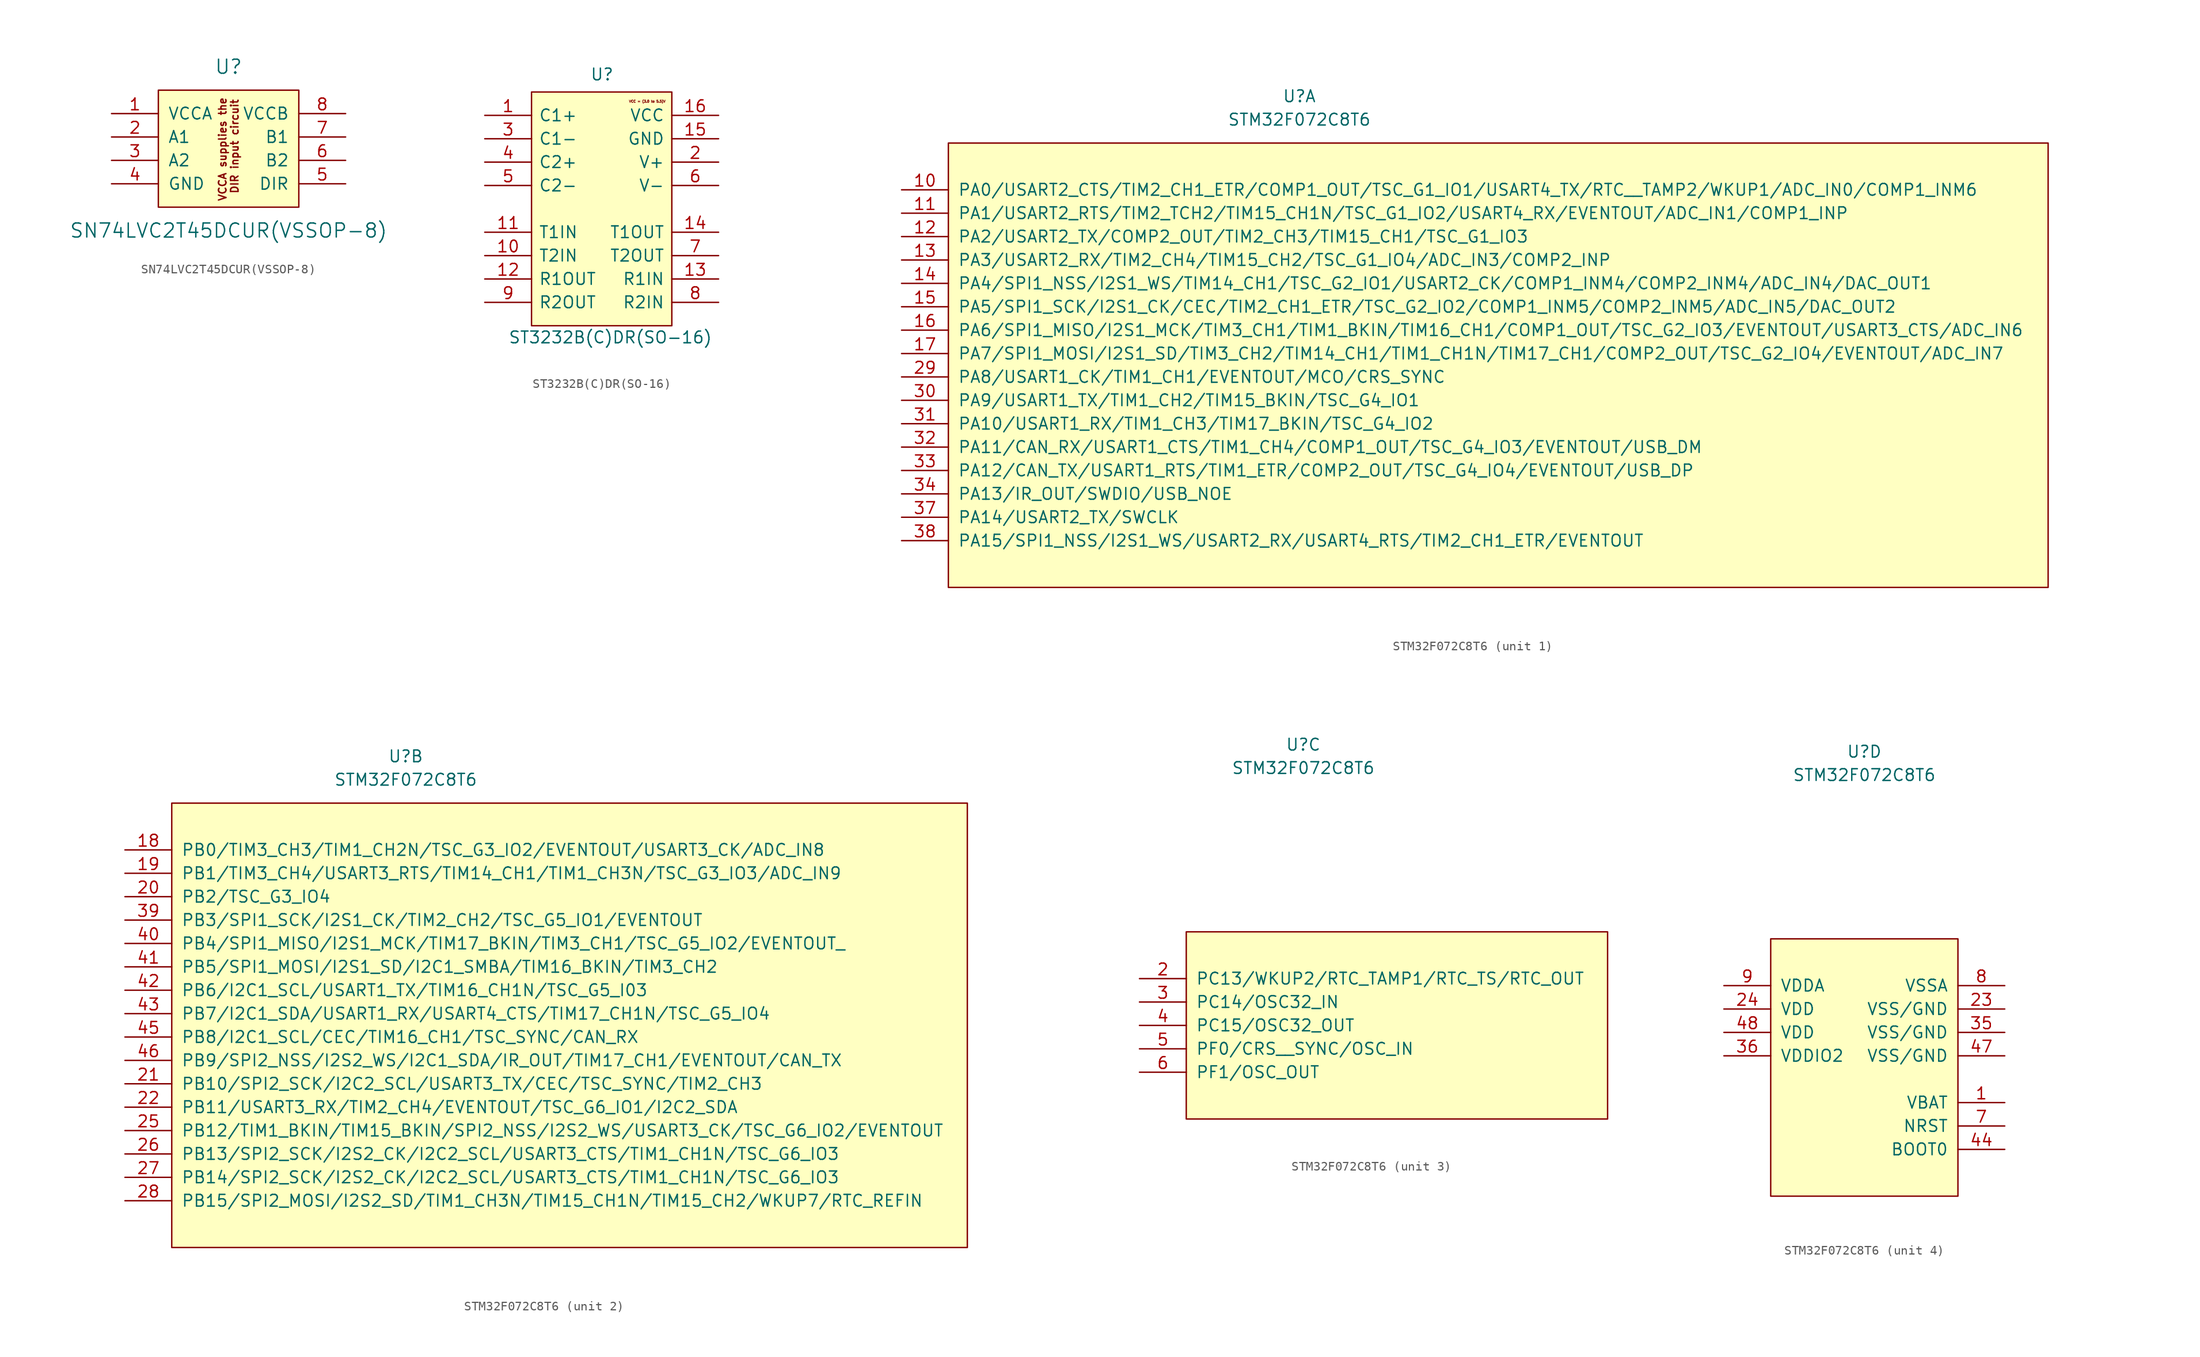
<source format=kicad_sym>
(kicad_symbol_lib
  (version 20220914)
  (generator kicad_symbol_editor)
  (symbol "SN74LVC2T45DCUR(VSSOP-8)"
    (pin_names
      (offset 1.016))
    (property "Reference" "U"
      (at 0 7.62 0)
      (effects (font (size 1.524 1.524))))
    (property "Value" "SN74LVC2T45DCUR(VSSOP-8)"
      (at 0 -10.16 0)
      (effects (font (size 1.524 1.524))))
    (symbol "SN74LVC2T45DCUR(VSSOP-8)_0_1"
      (rectangle (start -7.62 5.08) (end 7.62 -7.62) (stroke (width 0) (type solid)) (fill (type background))))
    (symbol "SN74LVC2T45DCUR(VSSOP-8)_1_1"
      (text "VCCA supplies the \nDIR input circuit" (at 0 -1.016 900) (effects (font (size 0.813 0.813))))
      (pin power_in line (at -12.7 2.54 0) (length 5.08) (name "VCCA" (effects (font (size 1.27 1.27)))) (number "1" (effects (font (size 1.27 1.27)))))
      (pin bidirectional line (at -12.7 0 0) (length 5.08) (name "A1" (effects (font (size 1.27 1.27)))) (number "2" (effects (font (size 1.27 1.27)))))
      (pin bidirectional line (at -12.7 -2.54 0) (length 5.08) (name "A2" (effects (font (size 1.27 1.27)))) (number "3" (effects (font (size 1.27 1.27)))))
      (pin power_in line (at -12.7 -5.08 0) (length 5.08) (name "GND" (effects (font (size 1.27 1.27)))) (number "4" (effects (font (size 1.27 1.27)))))
      (pin input line (at 12.7 -5.08 180) (length 5.08) (name "DIR" (effects (font (size 1.27 1.27)))) (number "5" (effects (font (size 1.27 1.27)))))
      (pin bidirectional line (at 12.7 -2.54 180) (length 5.08) (name "B2" (effects (font (size 1.27 1.27)))) (number "6" (effects (font (size 1.27 1.27)))))
      (pin bidirectional line (at 12.7 0 180) (length 5.08) (name "B1" (effects (font (size 1.27 1.27)))) (number "7" (effects (font (size 1.27 1.27)))))
      (pin power_in line (at 12.7 2.54 180) (length 5.08) (name "VCCB" (effects (font (size 1.27 1.27)))) (number "8" (effects (font (size 1.27 1.27)))))))
  (symbol "ST3232B(C)DR(SO-16)"
    (pin_names
      (offset 0.762))
    (property "Reference" "U"
      (at -1.27 14.605 0)
      (effects (font (size 1.27 1.27)) (justify left)))
    (property "Value" "ST3232B(C)DR(SO-16)"
      (at -10.16 -13.97 0)
      (effects (font (size 1.27 1.27)) (justify left)))
    (symbol "ST3232B(C)DR(SO-16)_0_0"
      (text "VCC = (3.0 to 5.5)V" (at 4.953 11.684 0) (effects (font (size 0.254 0.254))))
      (pin passive line (at -12.7 10.16 0) (length 5.08) (name "C1+" (effects (font (size 1.27 1.27)))) (number "1" (effects (font (size 1.27 1.27)))))
      (pin input line (at -12.7 -5.08 0) (length 5.08) (name "T2IN" (effects (font (size 1.27 1.27)))) (number "10" (effects (font (size 1.27 1.27)))))
      (pin input line (at -12.7 -2.54 0) (length 5.08) (name "T1IN" (effects (font (size 1.27 1.27)))) (number "11" (effects (font (size 1.27 1.27)))))
      (pin output line (at -12.7 -7.62 0) (length 5.08) (name "R1OUT" (effects (font (size 1.27 1.27)))) (number "12" (effects (font (size 1.27 1.27)))))
      (pin input line (at 12.7 -7.62 180) (length 5.08) (name "R1IN" (effects (font (size 1.27 1.27)))) (number "13" (effects (font (size 1.27 1.27)))))
      (pin output line (at 12.7 -2.54 180) (length 5.08) (name "T1OUT" (effects (font (size 1.27 1.27)))) (number "14" (effects (font (size 1.27 1.27)))))
      (pin power_in line (at 12.7 7.62 180) (length 5.08) (name "GND" (effects (font (size 1.27 1.27)))) (number "15" (effects (font (size 1.27 1.27)))))
      (pin power_in line (at 12.7 10.16 180) (length 5.08) (name "VCC" (effects (font (size 1.27 1.27)))) (number "16" (effects (font (size 1.27 1.27)))))
      (pin passive line (at 12.7 5.08 180) (length 5.08) (name "V+" (effects (font (size 1.27 1.27)))) (number "2" (effects (font (size 1.27 1.27)))))
      (pin passive line (at -12.7 7.62 0) (length 5.08) (name "C1-" (effects (font (size 1.27 1.27)))) (number "3" (effects (font (size 1.27 1.27)))))
      (pin passive line (at -12.7 5.08 0) (length 5.08) (name "C2+" (effects (font (size 1.27 1.27)))) (number "4" (effects (font (size 1.27 1.27)))))
      (pin passive line (at -12.7 2.54 0) (length 5.08) (name "C2-" (effects (font (size 1.27 1.27)))) (number "5" (effects (font (size 1.27 1.27)))))
      (pin passive line (at 12.7 2.54 180) (length 5.08) (name "V-" (effects (font (size 1.27 1.27)))) (number "6" (effects (font (size 1.27 1.27)))))
      (pin output line (at 12.7 -5.08 180) (length 5.08) (name "T2OUT" (effects (font (size 1.27 1.27)))) (number "7" (effects (font (size 1.27 1.27)))))
      (pin input line (at 12.7 -10.16 180) (length 5.08) (name "R2IN" (effects (font (size 1.27 1.27)))) (number "8" (effects (font (size 1.27 1.27)))))
      (pin output line (at -12.7 -10.16 0) (length 5.08) (name "R2OUT" (effects (font (size 1.27 1.27)))) (number "9" (effects (font (size 1.27 1.27))))))
    (symbol "ST3232B(C)DR(SO-16)_0_1"
      (polyline (pts (xy -7.62 12.7) (xy 2.54 12.7) (xy 7.62 12.7) (xy 7.62 -12.7) (xy -7.62 -12.7) (xy -7.62 12.7)) (stroke (width 0.152) (type solid)) (fill (type background)))))
  (symbol "STM32F072C8T6"
    (pin_names
      (offset 1.016))
    (property "Reference" "U"
      (at 0 30.48 0)
      (effects (font (size 1.27 1.27))))
    (property "Value" "STM32F072C8T6"
      (at 0 27.94 0)
      (effects (font (size 1.27 1.27))))
    (property "ki_locked" ""
      (at 0 0 0)
      (effects (font (size 1.27 1.27))))
    (symbol "STM32F072C8T6_1_1"
      (rectangle (start -38.1 25.4) (end 81.28 -22.86) (stroke (width 0) (type solid)) (fill (type background)))
      (pin bidirectional line (at -43.18 20.32 0) (length 5.08) (name "PA0/USART2_CTS/TIM2_CH1_ETR/COMP1_OUT/TSC_G1_IO1/USART4_TX/RTC__TAMP2/WKUP1/ADC_IN0/COMP1_INM6" (effects (font (size 1.27 1.27)))) (number "10" (effects (font (size 1.27 1.27)))))
      (pin bidirectional line (at -43.18 17.78 0) (length 5.08) (name "PA1/USART2_RTS/TIM2_TCH2/TIM15_CH1N/TSC_G1_IO2/USART4_RX/EVENTOUT/ADC_IN1/COMP1_INP" (effects (font (size 1.27 1.27)))) (number "11" (effects (font (size 1.27 1.27)))))
      (pin bidirectional line (at -43.18 15.24 0) (length 5.08) (name "PA2/USART2_TX/COMP2_OUT/TIM2_CH3/TIM15_CH1/TSC_G1_IO3" (effects (font (size 1.27 1.27)))) (number "12" (effects (font (size 1.27 1.27)))))
      (pin bidirectional line (at -43.18 12.7 0) (length 5.08) (name "PA3/USART2_RX/TIM2_CH4/TIM15_CH2/TSC_G1_IO4/ADC_IN3/COMP2_INP" (effects (font (size 1.27 1.27)))) (number "13" (effects (font (size 1.27 1.27)))))
      (pin bidirectional line (at -43.18 10.16 0) (length 5.08) (name "PA4/SPI1_NSS/I2S1_WS/TIM14_CH1/TSC_G2_IO1/USART2_CK/COMP1_INM4/COMP2_INM4/ADC_IN4/DAC_OUT1" (effects (font (size 1.27 1.27)))) (number "14" (effects (font (size 1.27 1.27)))))
      (pin bidirectional line (at -43.18 7.62 0) (length 5.08) (name "PA5/SPI1_SCK/I2S1_CK/CEC/TIM2_CH1_ETR/TSC_G2_IO2/COMP1_INM5/COMP2_INM5/ADC_IN5/DAC_OUT2" (effects (font (size 1.27 1.27)))) (number "15" (effects (font (size 1.27 1.27)))))
      (pin bidirectional line (at -43.18 5.08 0) (length 5.08) (name "PA6/SPI1_MISO/I2S1_MCK/TIM3_CH1/TIM1_BKIN/TIM16_CH1/COMP1_OUT/TSC_G2_IO3/EVENTOUT/USART3_CTS/ADC_IN6" (effects (font (size 1.27 1.27)))) (number "16" (effects (font (size 1.27 1.27)))))
      (pin bidirectional line (at -43.18 2.54 0) (length 5.08) (name "PA7/SPI1_MOSI/I2S1_SD/TIM3_CH2/TIM14_CH1/TIM1_CH1N/TIM17_CH1/COMP2_OUT/TSC_G2_IO4/EVENTOUT/ADC_IN7" (effects (font (size 1.27 1.27)))) (number "17" (effects (font (size 1.27 1.27)))))
      (pin bidirectional line (at -43.18 0 0) (length 5.08) (name "PA8/USART1_CK/TIM1_CH1/EVENTOUT/MCO/CRS_SYNC" (effects (font (size 1.27 1.27)))) (number "29" (effects (font (size 1.27 1.27)))))
      (pin bidirectional line (at -43.18 -2.54 0) (length 5.08) (name "PA9/USART1_TX/TIM1_CH2/TIM15_BKIN/TSC_G4_IO1" (effects (font (size 1.27 1.27)))) (number "30" (effects (font (size 1.27 1.27)))))
      (pin bidirectional line (at -43.18 -5.08 0) (length 5.08) (name "PA10/USART1_RX/TIM1_CH3/TIM17_BKIN/TSC_G4_IO2" (effects (font (size 1.27 1.27)))) (number "31" (effects (font (size 1.27 1.27)))))
      (pin bidirectional line (at -43.18 -7.62 0) (length 5.08) (name "PA11/CAN_RX/USART1_CTS/TIM1_CH4/COMP1_OUT/TSC_G4_IO3/EVENTOUT/USB_DM" (effects (font (size 1.27 1.27)))) (number "32" (effects (font (size 1.27 1.27)))))
      (pin bidirectional line (at -43.18 -10.16 0) (length 5.08) (name "PA12/CAN_TX/USART1_RTS/TIM1_ETR/COMP2_OUT/TSC_G4_IO4/EVENTOUT/USB_DP" (effects (font (size 1.27 1.27)))) (number "33" (effects (font (size 1.27 1.27)))))
      (pin bidirectional line (at -43.18 -12.7 0) (length 5.08) (name "PA13/IR_OUT/SWDIO/USB_NOE" (effects (font (size 1.27 1.27)))) (number "34" (effects (font (size 1.27 1.27)))))
      (pin bidirectional line (at -43.18 -15.24 0) (length 5.08) (name "PA14/USART2_TX/SWCLK" (effects (font (size 1.27 1.27)))) (number "37" (effects (font (size 1.27 1.27)))))
      (pin bidirectional line (at -43.18 -17.78 0) (length 5.08) (name "PA15/SPI1_NSS/I2S1_WS/USART2_RX/USART4_RTS/TIM2_CH1_ETR/EVENTOUT" (effects (font (size 1.27 1.27)))) (number "38" (effects (font (size 1.27 1.27))))))
    (symbol "STM32F072C8T6_2_1"
      (rectangle (start -25.4 25.4) (end 60.96 -22.86) (stroke (width 0) (type solid)) (fill (type background)))
      (pin bidirectional line (at -30.48 20.32 0) (length 5.08) (name "PB0/TIM3_CH3/TIM1_CH2N/TSC_G3_IO2/EVENTOUT/USART3_CK/ADC_IN8" (effects (font (size 1.27 1.27)))) (number "18" (effects (font (size 1.27 1.27)))))
      (pin bidirectional line (at -30.48 17.78 0) (length 5.08) (name "PB1/TIM3_CH4/USART3_RTS/TIM14_CH1/TIM1_CH3N/TSC_G3_IO3/ADC_IN9" (effects (font (size 1.27 1.27)))) (number "19" (effects (font (size 1.27 1.27)))))
      (pin bidirectional line (at -30.48 15.24 0) (length 5.08) (name "PB2/TSC_G3_IO4" (effects (font (size 1.27 1.27)))) (number "20" (effects (font (size 1.27 1.27)))))
      (pin bidirectional line (at -30.48 -5.08 0) (length 5.08) (name "PB10/SPI2_SCK/I2C2_SCL/USART3_TX/CEC/TSC_SYNC/TIM2_CH3" (effects (font (size 1.27 1.27)))) (number "21" (effects (font (size 1.27 1.27)))))
      (pin bidirectional line (at -30.48 -7.62 0) (length 5.08) (name "PB11/USART3_RX/TIM2_CH4/EVENTOUT/TSC_G6_IO1/I2C2_SDA" (effects (font (size 1.27 1.27)))) (number "22" (effects (font (size 1.27 1.27)))))
      (pin bidirectional line (at -30.48 -10.16 0) (length 5.08) (name "PB12/TIM1_BKIN/TIM15_BKIN/SPI2_NSS/I2S2_WS/USART3_CK/TSC_G6_IO2/EVENTOUT" (effects (font (size 1.27 1.27)))) (number "25" (effects (font (size 1.27 1.27)))))
      (pin bidirectional line (at -30.48 -12.7 0) (length 5.08) (name "PB13/SPI2_SCK/I2S2_CK/I2C2_SCL/USART3_CTS/TIM1_CH1N/TSC_G6_IO3" (effects (font (size 1.27 1.27)))) (number "26" (effects (font (size 1.27 1.27)))))
      (pin bidirectional line (at -30.48 -15.24 0) (length 5.08) (name "PB14/SPI2_SCK/I2S2_CK/I2C2_SCL/USART3_CTS/TIM1_CH1N/TSC_G6_IO3" (effects (font (size 1.27 1.27)))) (number "27" (effects (font (size 1.27 1.27)))))
      (pin bidirectional line (at -30.48 -17.78 0) (length 5.08) (name "PB15/SPI2_MOSI/I2S2_SD/TIM1_CH3N/TIM15_CH1N/TIM15_CH2/WKUP7/RTC_REFIN" (effects (font (size 1.27 1.27)))) (number "28" (effects (font (size 1.27 1.27)))))
      (pin bidirectional line (at -30.48 12.7 0) (length 5.08) (name "PB3/SPI1_SCK/I2S1_CK/TIM2_CH2/TSC_G5_IO1/EVENTOUT" (effects (font (size 1.27 1.27)))) (number "39" (effects (font (size 1.27 1.27)))))
      (pin bidirectional line (at -30.48 10.16 0) (length 5.08) (name "PB4/SPI1_MISO/I2S1_MCK/TIM17_BKIN/TIM3_CH1/TSC_G5_IO2/EVENTOUT_" (effects (font (size 1.27 1.27)))) (number "40" (effects (font (size 1.27 1.27)))))
      (pin bidirectional line (at -30.48 7.62 0) (length 5.08) (name "PB5/SPI1_MOSI/I2S1_SD/I2C1_SMBA/TIM16_BKIN/TIM3_CH2" (effects (font (size 1.27 1.27)))) (number "41" (effects (font (size 1.27 1.27)))))
      (pin bidirectional line (at -30.48 5.08 0) (length 5.08) (name "PB6/I2C1_SCL/USART1_TX/TIM16_CH1N/TSC_G5_I03" (effects (font (size 1.27 1.27)))) (number "42" (effects (font (size 1.27 1.27)))))
      (pin bidirectional line (at -30.48 2.54 0) (length 5.08) (name "PB7/I2C1_SDA/USART1_RX/USART4_CTS/TIM17_CH1N/TSC_G5_IO4" (effects (font (size 1.27 1.27)))) (number "43" (effects (font (size 1.27 1.27)))))
      (pin bidirectional line (at -30.48 0 0) (length 5.08) (name "PB8/I2C1_SCL/CEC/TIM16_CH1/TSC_SYNC/CAN_RX" (effects (font (size 1.27 1.27)))) (number "45" (effects (font (size 1.27 1.27)))))
      (pin bidirectional line (at -30.48 -2.54 0) (length 5.08) (name "PB9/SPI2_NSS/I2S2_WS/I2C1_SDA/IR_OUT/TIM17_CH1/EVENTOUT/CAN_TX" (effects (font (size 1.27 1.27)))) (number "46" (effects (font (size 1.27 1.27))))))
    (symbol "STM32F072C8T6_3_1"
      (rectangle (start -12.7 10.16) (end 33.02 -10.16) (stroke (width 0) (type solid)) (fill (type background)))
      (pin bidirectional line (at -17.78 5.08 0) (length 5.08) (name "PC13/WKUP2/RTC_TAMP1/RTC_TS/RTC_OUT" (effects (font (size 1.27 1.27)))) (number "2" (effects (font (size 1.27 1.27)))))
      (pin bidirectional line (at -17.78 2.54 0) (length 5.08) (name "PC14/OSC32_IN" (effects (font (size 1.27 1.27)))) (number "3" (effects (font (size 1.27 1.27)))))
      (pin bidirectional line (at -17.78 0 0) (length 5.08) (name "PC15/OSC32_OUT" (effects (font (size 1.27 1.27)))) (number "4" (effects (font (size 1.27 1.27)))))
      (pin bidirectional line (at -17.78 -2.54 0) (length 5.08) (name "PF0/CRS__SYNC/OSC_IN" (effects (font (size 1.27 1.27)))) (number "5" (effects (font (size 1.27 1.27)))))
      (pin bidirectional line (at -17.78 -5.08 0) (length 5.08) (name "PF1/OSC_OUT" (effects (font (size 1.27 1.27)))) (number "6" (effects (font (size 1.27 1.27))))))
    (symbol "STM32F072C8T6_4_1"
      (rectangle (start -10.16 10.16) (end 10.16 -17.78) (stroke (width 0) (type solid)) (fill (type background)))
      (pin power_in line (at 15.24 -7.62 180) (length 5.08) (name "VBAT" (effects (font (size 1.27 1.27)))) (number "1" (effects (font (size 1.27 1.27)))))
      (pin power_in line (at 15.24 2.54 180) (length 5.08) (name "VSS/GND" (effects (font (size 1.27 1.27)))) (number "23" (effects (font (size 1.27 1.27)))))
      (pin power_in line (at -15.24 2.54 0) (length 5.08) (name "VDD" (effects (font (size 1.27 1.27)))) (number "24" (effects (font (size 1.27 1.27)))))
      (pin power_in line (at 15.24 0 180) (length 5.08) (name "VSS/GND" (effects (font (size 1.27 1.27)))) (number "35" (effects (font (size 1.27 1.27)))))
      (pin power_in line (at -15.24 -2.54 0) (length 5.08) (name "VDDIO2" (effects (font (size 1.27 1.27)))) (number "36" (effects (font (size 1.27 1.27)))))
      (pin input line (at 15.24 -12.7 180) (length 5.08) (name "BOOT0" (effects (font (size 1.27 1.27)))) (number "44" (effects (font (size 1.27 1.27)))))
      (pin power_in line (at 15.24 -2.54 180) (length 5.08) (name "VSS/GND" (effects (font (size 1.27 1.27)))) (number "47" (effects (font (size 1.27 1.27)))))
      (pin power_in line (at -15.24 0 0) (length 5.08) (name "VDD" (effects (font (size 1.27 1.27)))) (number "48" (effects (font (size 1.27 1.27)))))
      (pin bidirectional line (at 15.24 -10.16 180) (length 5.08) (name "NRST" (effects (font (size 1.27 1.27)))) (number "7" (effects (font (size 1.27 1.27)))))
      (pin power_in line (at 15.24 5.08 180) (length 5.08) (name "VSSA" (effects (font (size 1.27 1.27)))) (number "8" (effects (font (size 1.27 1.27)))))
      (pin power_in line (at -15.24 5.08 0) (length 5.08) (name "VDDA" (effects (font (size 1.27 1.27)))) (number "9" (effects (font (size 1.27 1.27))))))))
</source>
